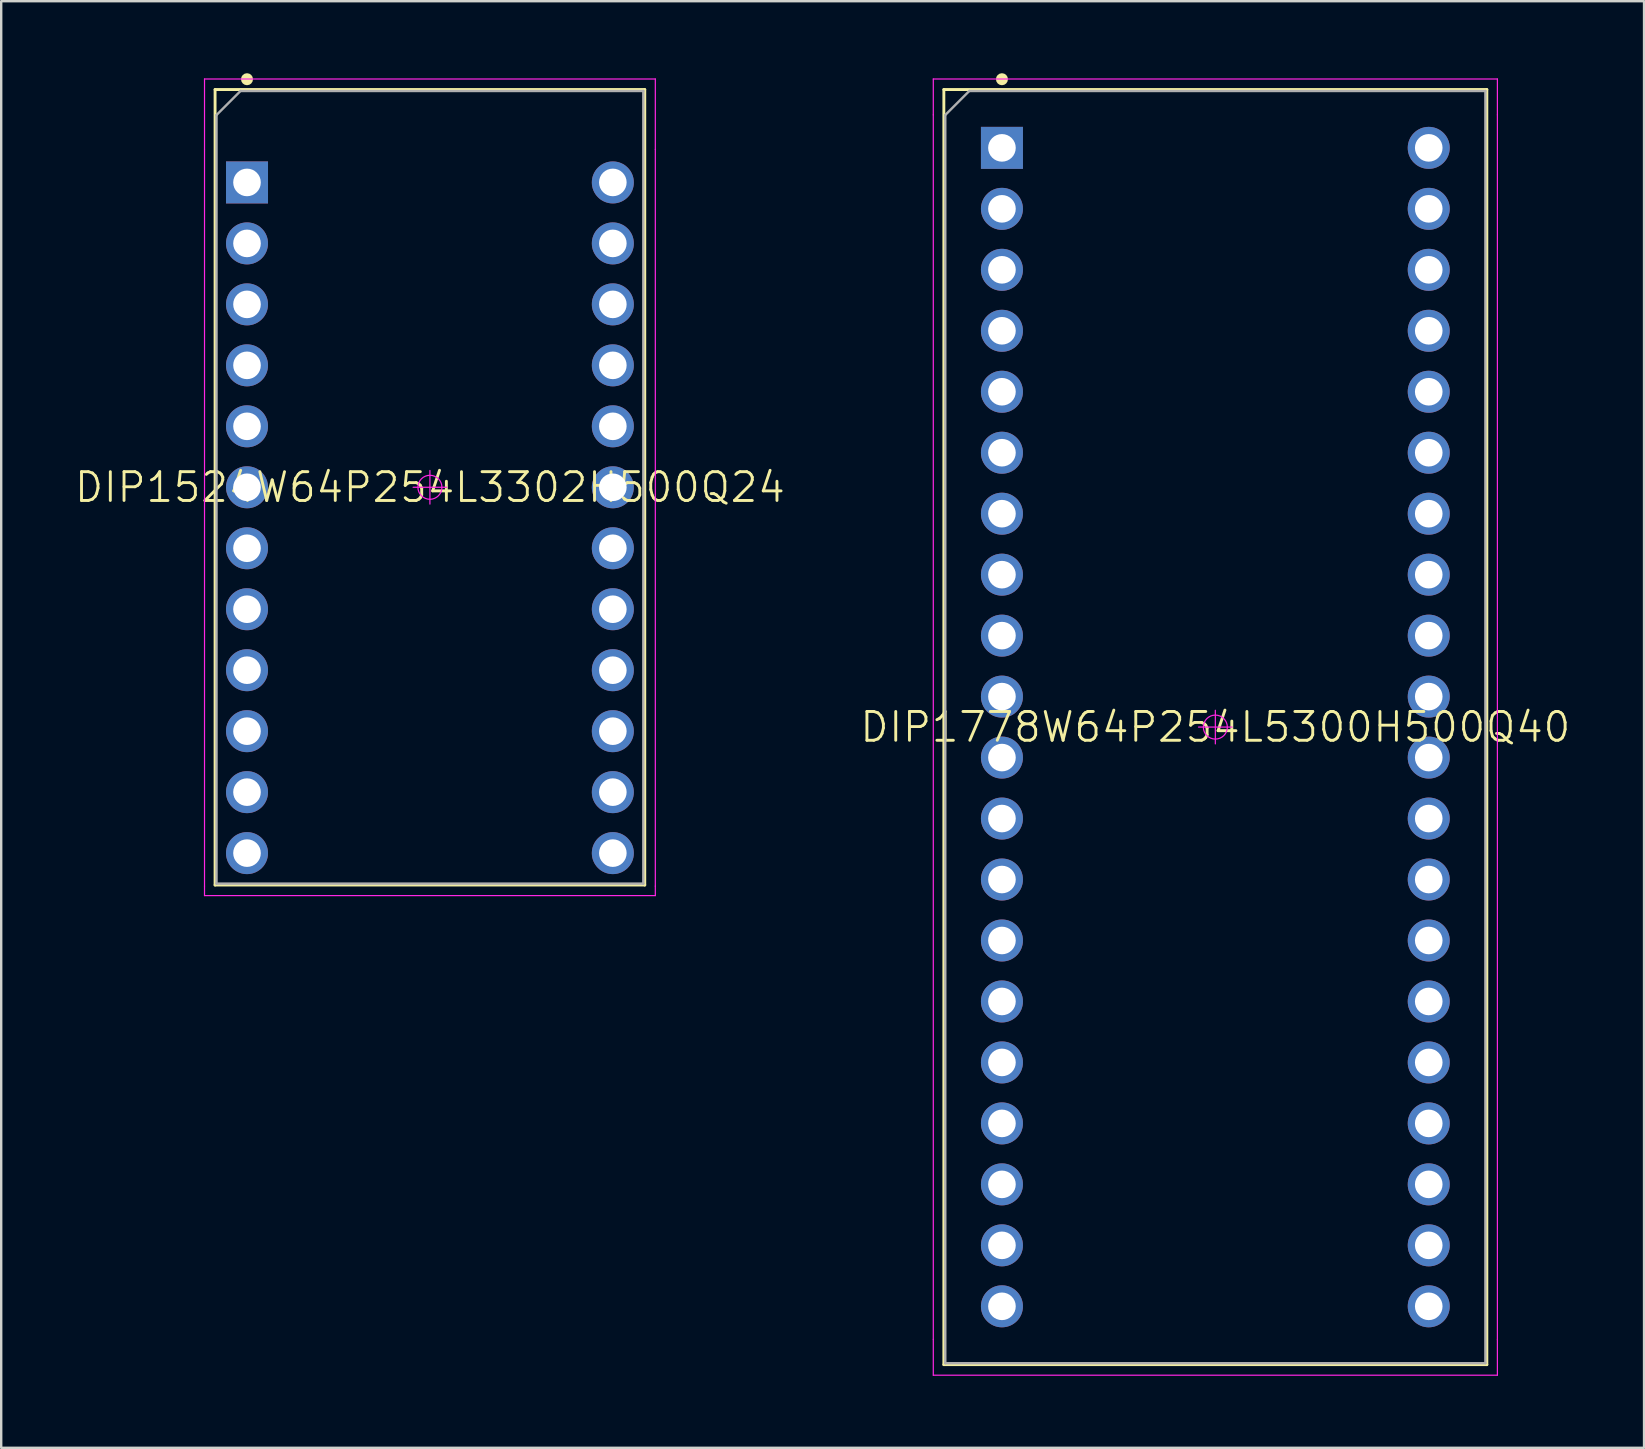
<source format=kicad_pcb>
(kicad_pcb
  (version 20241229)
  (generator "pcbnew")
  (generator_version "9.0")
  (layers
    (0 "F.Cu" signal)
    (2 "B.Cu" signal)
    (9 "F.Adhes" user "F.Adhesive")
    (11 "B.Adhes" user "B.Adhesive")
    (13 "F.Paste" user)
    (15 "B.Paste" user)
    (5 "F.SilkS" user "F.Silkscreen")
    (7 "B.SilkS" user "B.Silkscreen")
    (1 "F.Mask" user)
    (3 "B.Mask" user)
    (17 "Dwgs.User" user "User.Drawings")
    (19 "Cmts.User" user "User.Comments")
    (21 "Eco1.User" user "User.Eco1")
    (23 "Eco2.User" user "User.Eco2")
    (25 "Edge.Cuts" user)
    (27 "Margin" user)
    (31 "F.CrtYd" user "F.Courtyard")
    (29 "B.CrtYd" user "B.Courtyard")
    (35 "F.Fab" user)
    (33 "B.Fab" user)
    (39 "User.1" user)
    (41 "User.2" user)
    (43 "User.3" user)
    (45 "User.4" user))
  (footprint "DIP1524W64P254L3302H500Q24"
    (layer "F.Cu")
    (at 14.86 17.25)
    (property "Reference" "DIP1524W64P254L3302H500Q24" (at 0 0 0) (layer "F.SilkS") (effects (font (size 1.2 1.2) (thickness 0.12))))
    (attr through_hole)
    (fp_line (start -8.95 -16.57) (end 8.95 -16.57) (stroke (width 0.12) (type solid)) (layer "F.SilkS"))
    (fp_line (start -8.95 16.57) (end -8.95 -16.57) (stroke (width 0.12) (type solid)) (layer "F.SilkS"))
    (fp_line (start 8.95 -16.57) (end 8.95 16.57) (stroke (width 0.12) (type solid)) (layer "F.SilkS"))
    (fp_line (start 8.95 16.57) (end -8.95 16.57) (stroke (width 0.12) (type solid)) (layer "F.SilkS"))
    (fp_circle (center -7.62 -17) (end -7.62 -16.875) (stroke (width 0.25) (type solid)) (fill no) (layer "F.SilkS"))
    (fp_line (start -9.39 -17.01) (end 9.39 -17.01) (stroke (width 0.05) (type solid)) (layer "F.CrtYd"))
    (fp_line (start -9.39 -14.075) (end -9.39 -17.01) (stroke (width 0.05) (type solid)) (layer "F.CrtYd"))
    (fp_line (start -9.39 16.615) (end -9.39 -14.075) (stroke (width 0.05) (type solid)) (layer "F.CrtYd"))
    (fp_line (start -9.39 17.01) (end -9.39 16.615) (stroke (width 0.05) (type solid)) (layer "F.CrtYd"))
    (fp_line (start -0.7 0) (end 0.7 0) (stroke (width 0.05) (type solid)) (layer "F.CrtYd"))
    (fp_line (start 0 -0.7) (end 0 0.7) (stroke (width 0.05) (type solid)) (layer "F.CrtYd"))
    (fp_line (start 9.39 -17.01) (end 9.39 -14.075) (stroke (width 0.05) (type solid)) (layer "F.CrtYd"))
    (fp_line (start 9.39 -14.075) (end 9.39 16.615) (stroke (width 0.05) (type solid)) (layer "F.CrtYd"))
    (fp_line (start 9.39 16.615) (end 9.39 17.01) (stroke (width 0.05) (type solid)) (layer "F.CrtYd"))
    (fp_line (start 9.39 17.01) (end -9.39 17.01) (stroke (width 0.05) (type solid)) (layer "F.CrtYd"))
    (fp_circle (center 0 0) (end 0 0.5) (stroke (width 0.05) (type solid)) (fill no) (layer "F.CrtYd"))
    (fp_line (start -8.89 -15.51) (end -7.89 -16.51) (stroke (width 0.1) (type solid)) (layer "F.Fab"))
    (fp_line (start -8.89 16.51) (end -8.89 -15.51) (stroke (width 0.1) (type solid)) (layer "F.Fab"))
    (fp_line (start -7.89 -16.51) (end 8.89 -16.51) (stroke (width 0.1) (type solid)) (layer "F.Fab"))
    (fp_line (start 8.89 -16.51) (end 8.89 16.51) (stroke (width 0.1) (type solid)) (layer "F.Fab"))
    (fp_line (start 8.89 16.51) (end -8.89 16.51) (stroke (width 0.1) (type solid)) (layer "F.Fab"))
    (pad "1" thru_hole rect (at -7.62 -12.7) (size 1.75 1.75) (drill 1.15) (layers "*.Cu" "*.Paste" "*.Mask"))
    (pad "2" thru_hole circle (at -7.62 -10.16) (size 1.75 1.75) (drill 1.15) (layers "*.Cu" "*.Paste" "*.Mask"))
    (pad "3" thru_hole circle (at -7.62 -7.62) (size 1.75 1.75) (drill 1.15) (layers "*.Cu" "*.Paste" "*.Mask"))
    (pad "4" thru_hole circle (at -7.62 -5.08) (size 1.75 1.75) (drill 1.15) (layers "*.Cu" "*.Paste" "*.Mask"))
    (pad "5" thru_hole circle (at -7.62 -2.54) (size 1.75 1.75) (drill 1.15) (layers "*.Cu" "*.Paste" "*.Mask"))
    (pad "6" thru_hole circle (at -7.62 0) (size 1.75 1.75) (drill 1.15) (layers "*.Cu" "*.Paste" "*.Mask"))
    (pad "7" thru_hole circle (at -7.62 2.54) (size 1.75 1.75) (drill 1.15) (layers "*.Cu" "*.Paste" "*.Mask"))
    (pad "8" thru_hole circle (at -7.62 5.08) (size 1.75 1.75) (drill 1.15) (layers "*.Cu" "*.Paste" "*.Mask"))
    (pad "9" thru_hole circle (at -7.62 7.62) (size 1.75 1.75) (drill 1.15) (layers "*.Cu" "*.Paste" "*.Mask"))
    (pad "10" thru_hole circle (at -7.62 10.16) (size 1.75 1.75) (drill 1.15) (layers "*.Cu" "*.Paste" "*.Mask"))
    (pad "11" thru_hole circle (at -7.62 12.7) (size 1.75 1.75) (drill 1.15) (layers "*.Cu" "*.Paste" "*.Mask"))
    (pad "12" thru_hole circle (at -7.62 15.24) (size 1.75 1.75) (drill 1.15) (layers "*.Cu" "*.Paste" "*.Mask"))
    (pad "13" thru_hole circle (at 7.62 15.24) (size 1.75 1.75) (drill 1.15) (layers "*.Cu" "*.Paste" "*.Mask"))
    (pad "14" thru_hole circle (at 7.62 12.7) (size 1.75 1.75) (drill 1.15) (layers "*.Cu" "*.Paste" "*.Mask"))
    (pad "15" thru_hole circle (at 7.62 10.16) (size 1.75 1.75) (drill 1.15) (layers "*.Cu" "*.Paste" "*.Mask"))
    (pad "16" thru_hole circle (at 7.62 7.62) (size 1.75 1.75) (drill 1.15) (layers "*.Cu" "*.Paste" "*.Mask"))
    (pad "17" thru_hole circle (at 7.62 5.08) (size 1.75 1.75) (drill 1.15) (layers "*.Cu" "*.Paste" "*.Mask"))
    (pad "18" thru_hole circle (at 7.62 2.54) (size 1.75 1.75) (drill 1.15) (layers "*.Cu" "*.Paste" "*.Mask"))
    (pad "19" thru_hole circle (at 7.62 0) (size 1.75 1.75) (drill 1.15) (layers "*.Cu" "*.Paste" "*.Mask"))
    (pad "20" thru_hole circle (at 7.62 -2.54) (size 1.75 1.75) (drill 1.15) (layers "*.Cu" "*.Paste" "*.Mask"))
    (pad "21" thru_hole circle (at 7.62 -5.08) (size 1.75 1.75) (drill 1.15) (layers "*.Cu" "*.Paste" "*.Mask"))
    (pad "22" thru_hole circle (at 7.62 -7.62) (size 1.75 1.75) (drill 1.15) (layers "*.Cu" "*.Paste" "*.Mask"))
    (pad "23" thru_hole circle (at 7.62 -10.16) (size 1.75 1.75) (drill 1.15) (layers "*.Cu" "*.Paste" "*.Mask"))
    (pad "24" thru_hole circle (at 7.62 -12.7) (size 1.75 1.75) (drill 1.15) (layers "*.Cu" "*.Paste" "*.Mask")))
  (footprint "DIP1778W64P254L5300H500Q40"
    (layer "F.Cu")
    (at 47.58 27.24)
    (property "Reference" "DIP1778W64P254L5300H500Q40" (at 0 0 0) (layer "F.SilkS") (effects (font (size 1.2 1.2) (thickness 0.12))))
    (attr through_hole)
    (fp_line (start -11.31 -26.56) (end 11.31 -26.56) (stroke (width 0.12) (type solid)) (layer "F.SilkS"))
    (fp_line (start -11.31 26.56) (end -11.31 -26.56) (stroke (width 0.12) (type solid)) (layer "F.SilkS"))
    (fp_line (start 11.31 -26.56) (end 11.31 26.56) (stroke (width 0.12) (type solid)) (layer "F.SilkS"))
    (fp_line (start 11.31 26.56) (end -11.31 26.56) (stroke (width 0.12) (type solid)) (layer "F.SilkS"))
    (fp_circle (center -8.89 -26.99) (end -8.89 -26.865) (stroke (width 0.25) (type solid)) (fill no) (layer "F.SilkS"))
    (fp_line (start -11.75 -27) (end 11.75 -27) (stroke (width 0.05) (type solid)) (layer "F.CrtYd"))
    (fp_line (start -11.75 -25.505) (end -11.75 -27) (stroke (width 0.05) (type solid)) (layer "F.CrtYd"))
    (fp_line (start -11.75 25.505) (end -11.75 -25.505) (stroke (width 0.05) (type solid)) (layer "F.CrtYd"))
    (fp_line (start -11.75 27) (end -11.75 25.505) (stroke (width 0.05) (type solid)) (layer "F.CrtYd"))
    (fp_line (start -0.7 0) (end 0.7 0) (stroke (width 0.05) (type solid)) (layer "F.CrtYd"))
    (fp_line (start 0 -0.7) (end 0 0.7) (stroke (width 0.05) (type solid)) (layer "F.CrtYd"))
    (fp_line (start 11.75 -27) (end 11.75 -25.505) (stroke (width 0.05) (type solid)) (layer "F.CrtYd"))
    (fp_line (start 11.75 -25.505) (end 11.75 25.505) (stroke (width 0.05) (type solid)) (layer "F.CrtYd"))
    (fp_line (start 11.75 25.505) (end 11.75 27) (stroke (width 0.05) (type solid)) (layer "F.CrtYd"))
    (fp_line (start 11.75 27) (end -11.75 27) (stroke (width 0.05) (type solid)) (layer "F.CrtYd"))
    (fp_circle (center 0 0) (end 0 0.5) (stroke (width 0.05) (type solid)) (fill no) (layer "F.CrtYd"))
    (fp_line (start -11.25 -25.5) (end -10.25 -26.5) (stroke (width 0.1) (type solid)) (layer "F.Fab"))
    (fp_line (start -11.25 26.5) (end -11.25 -25.5) (stroke (width 0.1) (type solid)) (layer "F.Fab"))
    (fp_line (start -10.25 -26.5) (end 11.25 -26.5) (stroke (width 0.1) (type solid)) (layer "F.Fab"))
    (fp_line (start 11.25 -26.5) (end 11.25 26.5) (stroke (width 0.1) (type solid)) (layer "F.Fab"))
    (fp_line (start 11.25 26.5) (end -11.25 26.5) (stroke (width 0.1) (type solid)) (layer "F.Fab"))
    (pad "1" thru_hole rect (at -8.89 -24.13) (size 1.75 1.75) (drill 1.15) (layers "*.Cu" "*.Paste" "*.Mask"))
    (pad "2" thru_hole circle (at -8.89 -21.59) (size 1.75 1.75) (drill 1.15) (layers "*.Cu" "*.Paste" "*.Mask"))
    (pad "3" thru_hole circle (at -8.89 -19.05) (size 1.75 1.75) (drill 1.15) (layers "*.Cu" "*.Paste" "*.Mask"))
    (pad "4" thru_hole circle (at -8.89 -16.51) (size 1.75 1.75) (drill 1.15) (layers "*.Cu" "*.Paste" "*.Mask"))
    (pad "5" thru_hole circle (at -8.89 -13.97) (size 1.75 1.75) (drill 1.15) (layers "*.Cu" "*.Paste" "*.Mask"))
    (pad "6" thru_hole circle (at -8.89 -11.43) (size 1.75 1.75) (drill 1.15) (layers "*.Cu" "*.Paste" "*.Mask"))
    (pad "7" thru_hole circle (at -8.89 -8.89) (size 1.75 1.75) (drill 1.15) (layers "*.Cu" "*.Paste" "*.Mask"))
    (pad "8" thru_hole circle (at -8.89 -6.35) (size 1.75 1.75) (drill 1.15) (layers "*.Cu" "*.Paste" "*.Mask"))
    (pad "9" thru_hole circle (at -8.89 -3.81) (size 1.75 1.75) (drill 1.15) (layers "*.Cu" "*.Paste" "*.Mask"))
    (pad "10" thru_hole circle (at -8.89 -1.27) (size 1.75 1.75) (drill 1.15) (layers "*.Cu" "*.Paste" "*.Mask"))
    (pad "11" thru_hole circle (at -8.89 1.27) (size 1.75 1.75) (drill 1.15) (layers "*.Cu" "*.Paste" "*.Mask"))
    (pad "12" thru_hole circle (at -8.89 3.81) (size 1.75 1.75) (drill 1.15) (layers "*.Cu" "*.Paste" "*.Mask"))
    (pad "13" thru_hole circle (at -8.89 6.35) (size 1.75 1.75) (drill 1.15) (layers "*.Cu" "*.Paste" "*.Mask"))
    (pad "14" thru_hole circle (at -8.89 8.89) (size 1.75 1.75) (drill 1.15) (layers "*.Cu" "*.Paste" "*.Mask"))
    (pad "15" thru_hole circle (at -8.89 11.43) (size 1.75 1.75) (drill 1.15) (layers "*.Cu" "*.Paste" "*.Mask"))
    (pad "16" thru_hole circle (at -8.89 13.97) (size 1.75 1.75) (drill 1.15) (layers "*.Cu" "*.Paste" "*.Mask"))
    (pad "17" thru_hole circle (at -8.89 16.51) (size 1.75 1.75) (drill 1.15) (layers "*.Cu" "*.Paste" "*.Mask"))
    (pad "18" thru_hole circle (at -8.89 19.05) (size 1.75 1.75) (drill 1.15) (layers "*.Cu" "*.Paste" "*.Mask"))
    (pad "19" thru_hole circle (at -8.89 21.59) (size 1.75 1.75) (drill 1.15) (layers "*.Cu" "*.Paste" "*.Mask"))
    (pad "20" thru_hole circle (at -8.89 24.13) (size 1.75 1.75) (drill 1.15) (layers "*.Cu" "*.Paste" "*.Mask"))
    (pad "21" thru_hole circle (at 8.89 24.13) (size 1.75 1.75) (drill 1.15) (layers "*.Cu" "*.Paste" "*.Mask"))
    (pad "22" thru_hole circle (at 8.89 21.59) (size 1.75 1.75) (drill 1.15) (layers "*.Cu" "*.Paste" "*.Mask"))
    (pad "23" thru_hole circle (at 8.89 19.05) (size 1.75 1.75) (drill 1.15) (layers "*.Cu" "*.Paste" "*.Mask"))
    (pad "24" thru_hole circle (at 8.89 16.51) (size 1.75 1.75) (drill 1.15) (layers "*.Cu" "*.Paste" "*.Mask"))
    (pad "25" thru_hole circle (at 8.89 13.97) (size 1.75 1.75) (drill 1.15) (layers "*.Cu" "*.Paste" "*.Mask"))
    (pad "26" thru_hole circle (at 8.89 11.43) (size 1.75 1.75) (drill 1.15) (layers "*.Cu" "*.Paste" "*.Mask"))
    (pad "27" thru_hole circle (at 8.89 8.89) (size 1.75 1.75) (drill 1.15) (layers "*.Cu" "*.Paste" "*.Mask"))
    (pad "28" thru_hole circle (at 8.89 6.35) (size 1.75 1.75) (drill 1.15) (layers "*.Cu" "*.Paste" "*.Mask"))
    (pad "29" thru_hole circle (at 8.89 3.81) (size 1.75 1.75) (drill 1.15) (layers "*.Cu" "*.Paste" "*.Mask"))
    (pad "30" thru_hole circle (at 8.89 1.27) (size 1.75 1.75) (drill 1.15) (layers "*.Cu" "*.Paste" "*.Mask"))
    (pad "31" thru_hole circle (at 8.89 -1.27) (size 1.75 1.75) (drill 1.15) (layers "*.Cu" "*.Paste" "*.Mask"))
    (pad "32" thru_hole circle (at 8.89 -3.81) (size 1.75 1.75) (drill 1.15) (layers "*.Cu" "*.Paste" "*.Mask"))
    (pad "33" thru_hole circle (at 8.89 -6.35) (size 1.75 1.75) (drill 1.15) (layers "*.Cu" "*.Paste" "*.Mask"))
    (pad "34" thru_hole circle (at 8.89 -8.89) (size 1.75 1.75) (drill 1.15) (layers "*.Cu" "*.Paste" "*.Mask"))
    (pad "35" thru_hole circle (at 8.89 -11.43) (size 1.75 1.75) (drill 1.15) (layers "*.Cu" "*.Paste" "*.Mask"))
    (pad "36" thru_hole circle (at 8.89 -13.97) (size 1.75 1.75) (drill 1.15) (layers "*.Cu" "*.Paste" "*.Mask"))
    (pad "37" thru_hole circle (at 8.89 -16.51) (size 1.75 1.75) (drill 1.15) (layers "*.Cu" "*.Paste" "*.Mask"))
    (pad "38" thru_hole circle (at 8.89 -19.05) (size 1.75 1.75) (drill 1.15) (layers "*.Cu" "*.Paste" "*.Mask"))
    (pad "39" thru_hole circle (at 8.89 -21.59) (size 1.75 1.75) (drill 1.15) (layers "*.Cu" "*.Paste" "*.Mask"))
    (pad "40" thru_hole circle (at 8.89 -24.13) (size 1.75 1.75) (drill 1.15) (layers "*.Cu" "*.Paste" "*.Mask")))
  (gr_rect
    (start -3 -3)
    (end 65.44 57.265)
    (stroke (width 0.1) (type default))
    (fill no)
    (layer "Edge.Cuts")))
</source>
